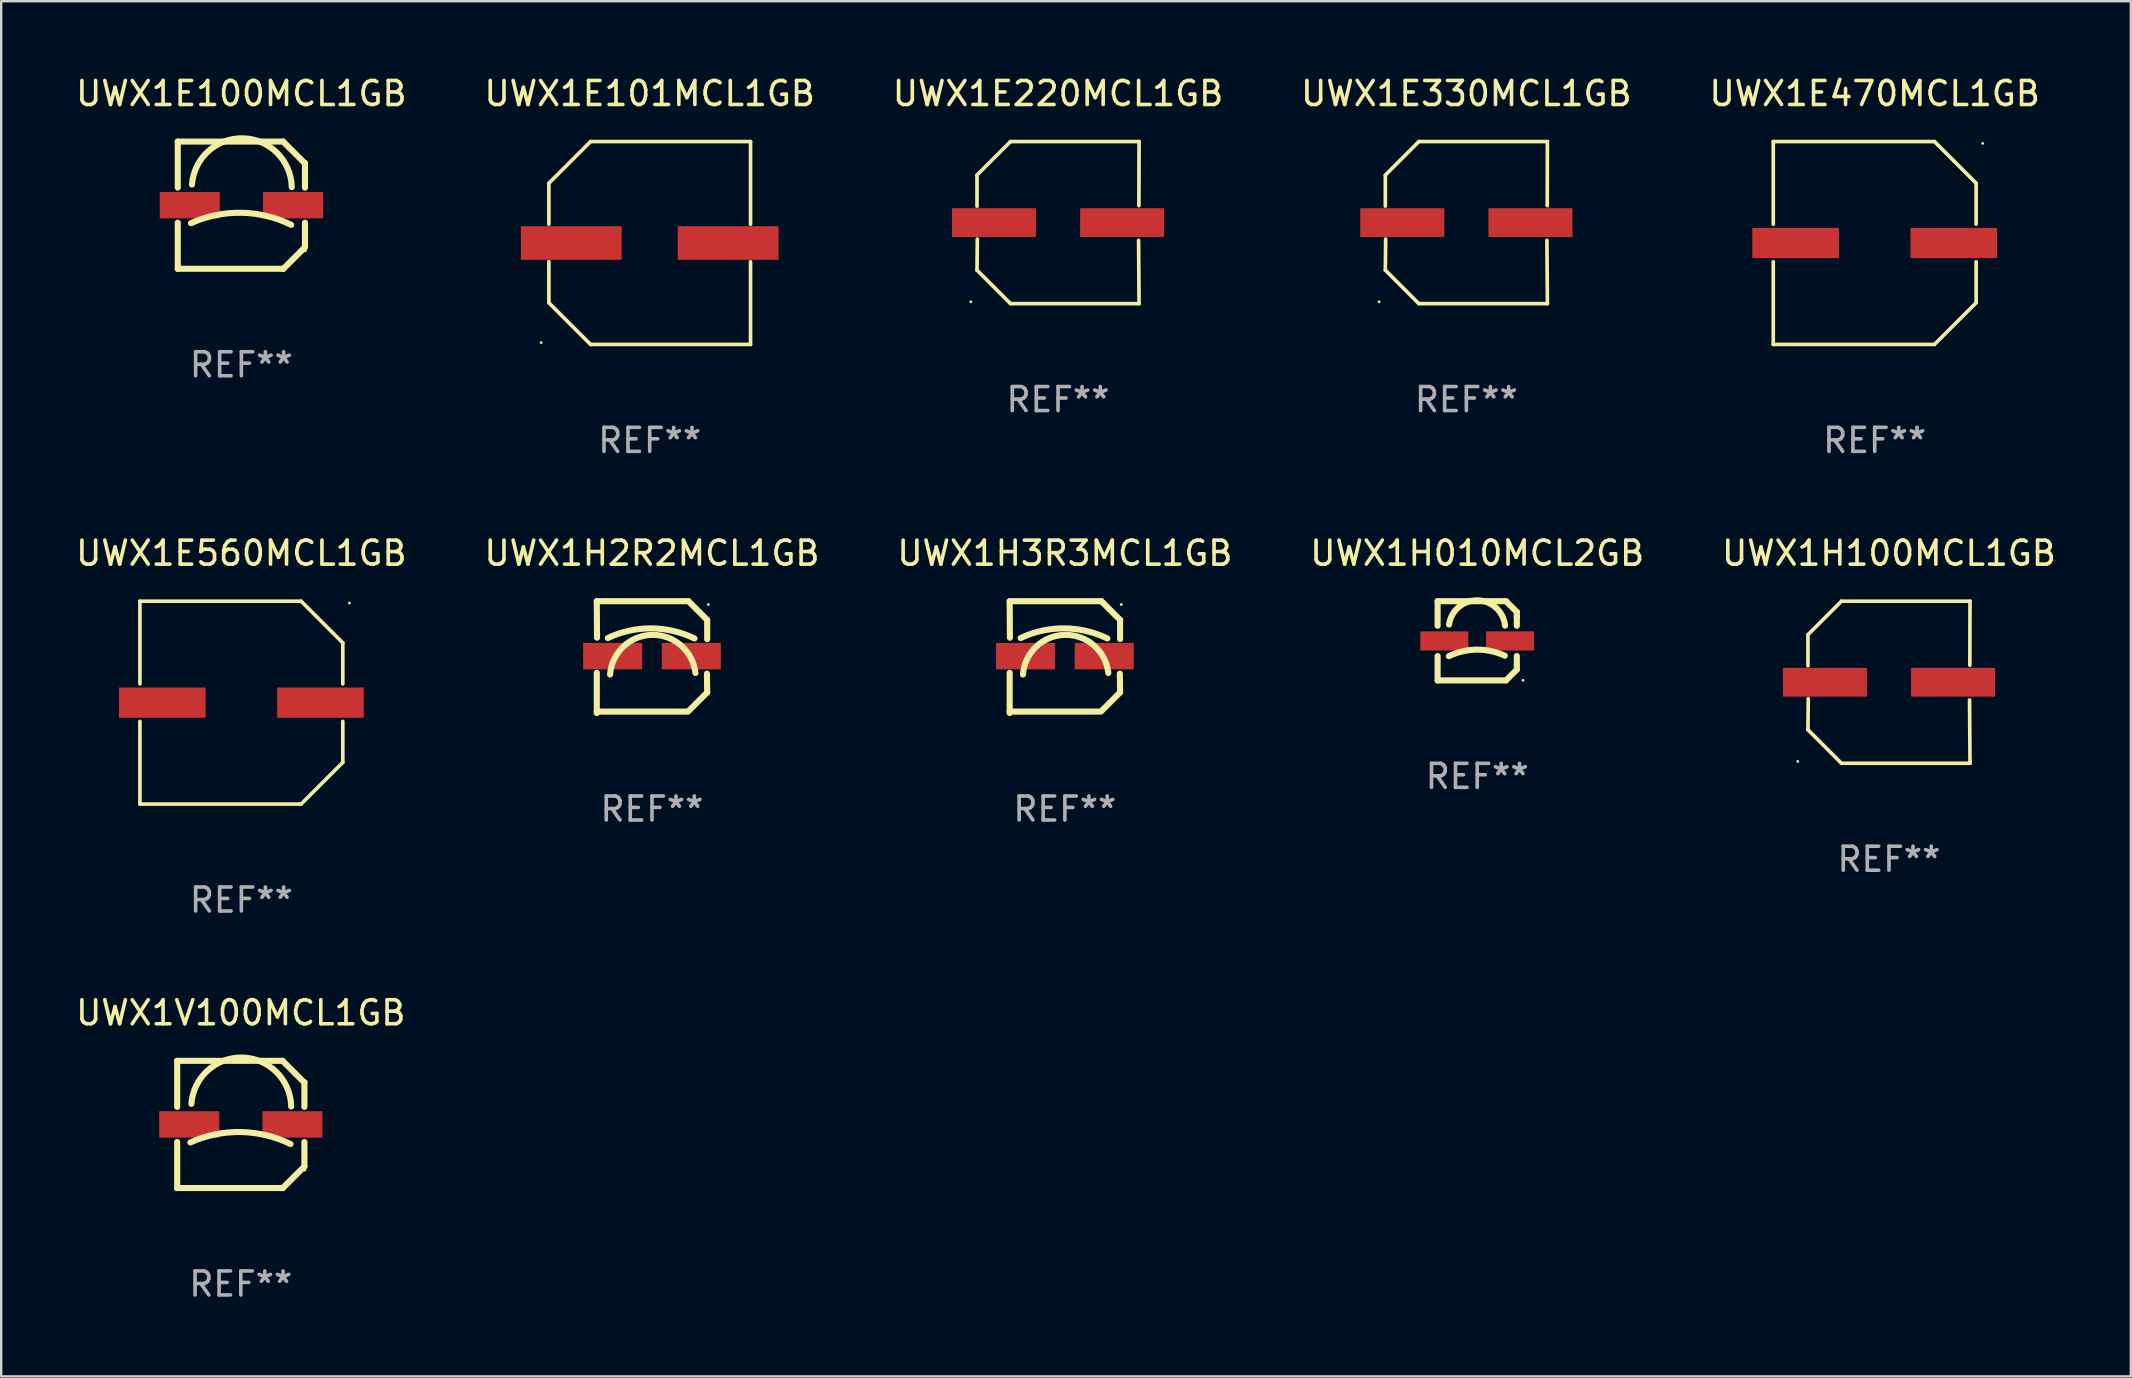
<source format=kicad_pcb>
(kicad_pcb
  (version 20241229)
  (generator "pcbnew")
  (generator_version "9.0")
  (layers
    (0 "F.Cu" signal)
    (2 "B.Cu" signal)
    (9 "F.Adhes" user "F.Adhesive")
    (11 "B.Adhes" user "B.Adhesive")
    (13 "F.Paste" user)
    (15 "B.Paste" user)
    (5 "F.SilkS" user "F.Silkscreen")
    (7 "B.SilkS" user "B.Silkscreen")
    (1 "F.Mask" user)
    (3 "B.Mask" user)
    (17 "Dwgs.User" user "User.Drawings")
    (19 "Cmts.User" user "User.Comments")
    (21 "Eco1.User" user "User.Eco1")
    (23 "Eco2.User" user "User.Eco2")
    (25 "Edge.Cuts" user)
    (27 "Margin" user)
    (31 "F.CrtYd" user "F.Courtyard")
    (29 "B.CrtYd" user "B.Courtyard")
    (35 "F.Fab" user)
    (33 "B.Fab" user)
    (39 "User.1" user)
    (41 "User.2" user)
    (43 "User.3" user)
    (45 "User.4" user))
  (footprint "UWX1E220MCL1GB"
    (layer "F.Cu")
    (at 41.03 6.224)
    (property "Reference" "UWX1E220MCL1GB" (at 0 -5.376 0) (layer "F.SilkS") (effects (font (size 1 1) (thickness 0.15))))
    (attr through_hole)
    (fp_line (start -3.376 -1.98) (end -3.376 -0.686) (stroke (width 0.152) (type solid)) (layer "F.SilkS"))
    (fp_line (start -3.376 1.981) (end -3.362 0.686) (stroke (width 0.152) (type solid)) (layer "F.SilkS"))
    (fp_line (start -1.981 3.376) (end -3.376 1.981) (stroke (width 0.152) (type solid)) (layer "F.SilkS"))
    (fp_line (start -1.98 -3.376) (end -3.376 -1.98) (stroke (width 0.152) (type solid)) (layer "F.SilkS"))
    (fp_line (start 3.356 0.74) (end 3.376 3.376) (stroke (width 0.152) (type solid)) (layer "F.SilkS"))
    (fp_line (start 3.369 -0.707) (end 3.376 -3.376) (stroke (width 0.152) (type solid)) (layer "F.SilkS"))
    (fp_line (start 3.376 3.376) (end -1.981 3.376) (stroke (width 0.152) (type solid)) (layer "F.SilkS"))
    (fp_line (start 3.376 -3.376) (end -1.98 -3.376) (stroke (width 0.152) (type solid)) (layer "F.SilkS"))
    (fp_circle (center -3.634 3.3) (end -3.604 3.3) (stroke (width 0.06) (type solid)) (fill no) (layer "F.SilkS"))
    (fp_text user "REF**" (at 0 7.376 0) (layer "F.Fab") (effects (font (size 1 1) (thickness 0.15))))
    (pad "1" smd rect (at -2.67 0.000254) (size 3.5 1.2) (layers "F.Cu" "F.Mask" "F.Paste"))
    (pad "2" smd rect (at 2.67 0.000254) (size 3.5 1.2) (layers "F.Cu" "F.Mask" "F.Paste")))
  (footprint "UWX1V100MCL1GB"
    (layer "F.Cu")
    (at 6.982 43.796)
    (property "Reference" "UWX1V100MCL1GB" (at 0 -4.65 0) (layer "F.SilkS") (effects (font (size 1 1) (thickness 0.15))))
    (attr through_hole)
    (fp_line (start -2.65 -2.65) (end 1.74 -2.65) (stroke (width 0.254) (type solid)) (layer "F.SilkS"))
    (fp_line (start -2.65 -0.731) (end -2.65 -2.65) (stroke (width 0.254) (type solid)) (layer "F.SilkS"))
    (fp_line (start -2.65 2.65) (end -2.65 0.731) (stroke (width 0.254) (type solid)) (layer "F.SilkS"))
    (fp_line (start -2.65 2.65) (end 1.73 2.65) (stroke (width 0.254) (type solid)) (layer "F.SilkS"))
    (fp_line (start 1.73 2.65) (end 1.75 2.65) (stroke (width 0.254) (type solid)) (layer "F.SilkS"))
    (fp_line (start 1.75 2.65) (end 2.65 1.75) (stroke (width 0.254) (type solid)) (layer "F.SilkS"))
    (fp_line (start 2.64 -1.75) (end 1.74 -2.65) (stroke (width 0.254) (type solid)) (layer "F.SilkS"))
    (fp_line (start 2.65 -1.75) (end 2.64 -1.75) (stroke (width 0.254) (type solid)) (layer "F.SilkS"))
    (fp_line (start 2.65 -0.731) (end 2.65 -1.75) (stroke (width 0.254) (type solid)) (layer "F.SilkS"))
    (fp_line (start 2.65 1.75) (end 2.65 0.731) (stroke (width 0.254) (type solid)) (layer "F.SilkS"))
    (fp_arc (start -2.1 0.749886) (mid -0.005214 0.316693) (end 2.074168 0.818644) (stroke (width 0.254001) (type solid)) (layer "F.SilkS"))
    (fp_arc (start -2.058369 -0.857759) (mid 0.072137 -2.78601) (end 2.1 -0.750089) (stroke (width 0.254001) (type solid)) (layer "F.SilkS"))
    (fp_circle (center 2.667 1.905) (end 2.697 1.905) (stroke (width 0.06) (type solid)) (fill no) (layer "F.SilkS"))
    (fp_text user "REF**" (at 0 6.65 0) (layer "F.Fab") (effects (font (size 1 1) (thickness 0.15))))
    (pad "1" smd rect (at 2.15 0) (size 2.5 1.1) (layers "F.Cu" "F.Mask" "F.Paste"))
    (pad "2" smd rect (at -2.15 0) (size 2.5 1.1) (layers "F.Cu" "F.Mask" "F.Paste")))
  (footprint "UWX1H2R2MCL1GB"
    (layer "F.Cu")
    (at 24.113 24.327)
    (property "Reference" "UWX1H2R2MCL1GB" (at 0 -4.33 0) (layer "F.SilkS") (effects (font (size 1 1) (thickness 0.15))))
    (attr through_hole)
    (fp_line (start -2.3 -2.33) (end 1.52 -2.33) (stroke (width 0.254) (type solid)) (layer "F.SilkS"))
    (fp_line (start -2.3 2.27) (end 1.49 2.27) (stroke (width 0.254) (type solid)) (layer "F.SilkS"))
    (fp_line (start -2.3 2.33) (end -2.3 0.651) (stroke (width 0.254) (type solid)) (layer "F.SilkS"))
    (fp_line (start -2.29 -0.81) (end -2.3 -2.33) (stroke (width 0.254) (type solid)) (layer "F.SilkS"))
    (fp_line (start 2.3 -1.55) (end 1.52 -2.33) (stroke (width 0.254) (type solid)) (layer "F.SilkS"))
    (fp_line (start 2.3 1.47) (end 1.52 2.25) (stroke (width 0.254) (type solid)) (layer "F.SilkS"))
    (fp_line (start 2.3 1.47) (end 2.29 0.69) (stroke (width 0.254) (type solid)) (layer "F.SilkS"))
    (fp_line (start 2.3 -0.75) (end 2.3 -1.55) (stroke (width 0.254) (type solid)) (layer "F.SilkS"))
    (fp_arc (start -1.842151 -0.794552) (mid -0.033717 -1.197402) (end 1.770752 -0.777152) (stroke (width 0.254001) (type solid)) (layer "F.SilkS"))
    (fp_arc (start -1.745757 0.723659) (mid 0.004392 -0.926664) (end 1.810884 0.661786) (stroke (width 0.254001) (type solid)) (layer "F.SilkS"))
    (fp_circle (center 2.35 -2.191) (end 2.38 -2.191) (stroke (width 0.06) (type solid)) (fill no) (layer "F.SilkS"))
    (fp_text user "REF**" (at 0 6.33 0) (layer "F.Fab") (effects (font (size 1 1) (thickness 0.15))))
    (pad "1" smd rect (at 1.64 -0.04) (size 2.46 1.1) (layers "F.Cu" "F.Mask" "F.Paste"))
    (pad "2" smd rect (at -1.64 -0.04) (size 2.46 1.1) (layers "F.Cu" "F.Mask" "F.Paste")))
  (footprint "UWX1E100MCL1GB"
    (layer "F.Cu")
    (at 7.006 5.498)
    (property "Reference" "UWX1E100MCL1GB" (at 0 -4.65 0) (layer "F.SilkS") (effects (font (size 1 1) (thickness 0.15))))
    (attr through_hole)
    (fp_line (start -2.65 -2.65) (end 1.74 -2.65) (stroke (width 0.254) (type solid)) (layer "F.SilkS"))
    (fp_line (start -2.65 -0.731) (end -2.65 -2.65) (stroke (width 0.254) (type solid)) (layer "F.SilkS"))
    (fp_line (start -2.65 2.65) (end -2.65 0.731) (stroke (width 0.254) (type solid)) (layer "F.SilkS"))
    (fp_line (start -2.65 2.65) (end 1.73 2.65) (stroke (width 0.254) (type solid)) (layer "F.SilkS"))
    (fp_line (start 1.73 2.65) (end 1.75 2.65) (stroke (width 0.254) (type solid)) (layer "F.SilkS"))
    (fp_line (start 1.75 2.65) (end 2.65 1.75) (stroke (width 0.254) (type solid)) (layer "F.SilkS"))
    (fp_line (start 2.64 -1.75) (end 1.74 -2.65) (stroke (width 0.254) (type solid)) (layer "F.SilkS"))
    (fp_line (start 2.65 -1.75) (end 2.64 -1.75) (stroke (width 0.254) (type solid)) (layer "F.SilkS"))
    (fp_line (start 2.65 -0.731) (end 2.65 -1.75) (stroke (width 0.254) (type solid)) (layer "F.SilkS"))
    (fp_line (start 2.65 1.75) (end 2.65 0.731) (stroke (width 0.254) (type solid)) (layer "F.SilkS"))
    (fp_arc (start -2.1 0.749886) (mid -0.005214 0.316693) (end 2.074168 0.818644) (stroke (width 0.254001) (type solid)) (layer "F.SilkS"))
    (fp_arc (start -2.058369 -0.857759) (mid 0.072137 -2.78601) (end 2.1 -0.750089) (stroke (width 0.254001) (type solid)) (layer "F.SilkS"))
    (fp_circle (center 2.667 1.905) (end 2.697 1.905) (stroke (width 0.06) (type solid)) (fill no) (layer "F.SilkS"))
    (fp_text user "REF**" (at 0 6.65 0) (layer "F.Fab") (effects (font (size 1 1) (thickness 0.15))))
    (pad "1" smd rect (at 2.15 0) (size 2.5 1.1) (layers "F.Cu" "F.Mask" "F.Paste"))
    (pad "2" smd rect (at -2.15 0) (size 2.5 1.1) (layers "F.Cu" "F.Mask" "F.Paste")))
  (footprint "UWX1E560MCL1GB"
    (layer "F.Cu")
    (at 7.006 26.223)
    (property "Reference" "UWX1E560MCL1GB" (at 0 -6.226 0) (layer "F.SilkS") (effects (font (size 1 1) (thickness 0.15))))
    (attr through_hole)
    (fp_line (start -4.226 -4.226) (end 2.49 -4.226) (stroke (width 0.152) (type solid)) (layer "F.SilkS"))
    (fp_line (start -4.226 -0.782) (end -4.226 -4.226) (stroke (width 0.152) (type solid)) (layer "F.SilkS"))
    (fp_line (start -4.226 0.782) (end -4.226 4.226) (stroke (width 0.152) (type solid)) (layer "F.SilkS"))
    (fp_line (start -4.226 4.226) (end 2.49 4.226) (stroke (width 0.152) (type solid)) (layer "F.SilkS"))
    (fp_line (start 2.49 -4.226) (end 4.226 -2.49) (stroke (width 0.152) (type solid)) (layer "F.SilkS"))
    (fp_line (start 2.49 4.226) (end 4.226 2.49) (stroke (width 0.152) (type solid)) (layer "F.SilkS"))
    (fp_line (start 4.226 -2.49) (end 4.226 -0.782) (stroke (width 0.152) (type solid)) (layer "F.SilkS"))
    (fp_line (start 4.226 2.49) (end 4.226 0.782) (stroke (width 0.152) (type solid)) (layer "F.SilkS"))
    (fp_circle (center 4.5 -4.15) (end 4.53 -4.15) (stroke (width 0.06) (type solid)) (fill no) (layer "F.SilkS"))
    (fp_text user "REF**" (at 0 8.226 0) (layer "F.Fab") (effects (font (size 1 1) (thickness 0.15))))
    (pad "1" smd rect (at 3.295 0 180) (size 3.61 1.26) (layers "F.Cu" "F.Mask" "F.Paste"))
    (pad "2" smd rect (at -3.295 0 180) (size 3.61 1.26) (layers "F.Cu" "F.Mask" "F.Paste")))
  (footprint "UWX1H100MCL1GB"
    (layer "F.Cu")
    (at 75.649 25.373)
    (property "Reference" "UWX1H100MCL1GB" (at 0 -5.376 0) (layer "F.SilkS") (effects (font (size 1 1) (thickness 0.15))))
    (attr through_hole)
    (fp_line (start -3.376 -1.98) (end -3.376 -0.686) (stroke (width 0.152) (type solid)) (layer "F.SilkS"))
    (fp_line (start -3.376 1.981) (end -3.362 0.686) (stroke (width 0.152) (type solid)) (layer "F.SilkS"))
    (fp_line (start -1.981 3.376) (end -3.376 1.981) (stroke (width 0.152) (type solid)) (layer "F.SilkS"))
    (fp_line (start -1.98 -3.376) (end -3.376 -1.98) (stroke (width 0.152) (type solid)) (layer "F.SilkS"))
    (fp_line (start 3.356 0.74) (end 3.376 3.376) (stroke (width 0.152) (type solid)) (layer "F.SilkS"))
    (fp_line (start 3.369 -0.707) (end 3.376 -3.376) (stroke (width 0.152) (type solid)) (layer "F.SilkS"))
    (fp_line (start 3.376 3.376) (end -1.981 3.376) (stroke (width 0.152) (type solid)) (layer "F.SilkS"))
    (fp_line (start 3.376 -3.376) (end -1.98 -3.376) (stroke (width 0.152) (type solid)) (layer "F.SilkS"))
    (fp_circle (center -3.8 3.3) (end -3.77 3.3) (stroke (width 0.06) (type solid)) (fill no) (layer "F.SilkS"))
    (fp_text user "REF**" (at 0 7.376 0) (layer "F.Fab") (effects (font (size 1 1) (thickness 0.15))))
    (pad "1" smd rect (at -2.67 0.000203) (size 3.5 1.2) (layers "F.Cu" "F.Mask" "F.Paste"))
    (pad "2" smd rect (at 2.67 0.000203) (size 3.5 1.2) (layers "F.Cu" "F.Mask" "F.Paste")))
  (footprint "UWX1E101MCL1GB"
    (layer "F.Cu")
    (at 24.018 7.074)
    (property "Reference" "UWX1E101MCL1GB" (at 0 -6.226 0) (layer "F.SilkS") (effects (font (size 1 1) (thickness 0.15))))
    (attr through_hole)
    (fp_line (start -4.201 -2.49) (end -4.201 -0.782) (stroke (width 0.152) (type solid)) (layer "F.SilkS"))
    (fp_line (start -4.201 2.49) (end -4.201 0.782) (stroke (width 0.152) (type solid)) (layer "F.SilkS"))
    (fp_line (start -2.465 -4.226) (end -4.201 -2.49) (stroke (width 0.152) (type solid)) (layer "F.SilkS"))
    (fp_line (start -2.465 4.226) (end -4.201 2.49) (stroke (width 0.152) (type solid)) (layer "F.SilkS"))
    (fp_line (start 4.201 -4.226) (end -2.465 -4.226) (stroke (width 0.152) (type solid)) (layer "F.SilkS"))
    (fp_line (start 4.201 -0.782) (end 4.201 -4.226) (stroke (width 0.152) (type solid)) (layer "F.SilkS"))
    (fp_line (start 4.201 0.782) (end 4.201 4.226) (stroke (width 0.152) (type solid)) (layer "F.SilkS"))
    (fp_line (start 4.201 4.226) (end -2.465 4.226) (stroke (width 0.152) (type solid)) (layer "F.SilkS"))
    (fp_circle (center -4.524 4.15) (end -4.494 4.15) (stroke (width 0.06) (type solid)) (fill no) (layer "F.SilkS"))
    (fp_text user "REF**" (at 0 8.226 0) (layer "F.Fab") (effects (font (size 1 1) (thickness 0.15))))
    (pad "1" smd rect (at -3.267 0) (size 4.2 1.4) (layers "F.Cu" "F.Mask" "F.Paste"))
    (pad "2" smd rect (at 3.267 0) (size 4.2 1.4) (layers "F.Cu" "F.Mask" "F.Paste")))
  (footprint "UWX1H010MCL2GB"
    (layer "F.Cu")
    (at 58.494 23.647)
    (property "Reference" "UWX1H010MCL2GB" (at 0 -3.65 0) (layer "F.SilkS") (effects (font (size 1 1) (thickness 0.15))))
    (attr through_hole)
    (fp_line (start -1.65 -0.626) (end -1.65 -1.65) (stroke (width 0.254) (type solid)) (layer "F.SilkS"))
    (fp_line (start -1.65 1.65) (end -1.65 0.636) (stroke (width 0.254) (type solid)) (layer "F.SilkS"))
    (fp_line (start 1.2 -1.65) (end -1.65 -1.65) (stroke (width 0.254) (type solid)) (layer "F.SilkS"))
    (fp_line (start 1.2 1.65) (end -1.65 1.65) (stroke (width 0.254) (type solid)) (layer "F.SilkS"))
    (fp_line (start 1.65 -1.2) (end 1.2 -1.65) (stroke (width 0.254) (type solid)) (layer "F.SilkS"))
    (fp_line (start 1.65 -1) (end 1.65 -1.2) (stroke (width 0.254) (type solid)) (layer "F.SilkS"))
    (fp_line (start 1.65 -0.626) (end 1.65 -1) (stroke (width 0.254) (type solid)) (layer "F.SilkS"))
    (fp_line (start 1.65 1) (end 1.65 0.636) (stroke (width 0.254) (type solid)) (layer "F.SilkS"))
    (fp_line (start 1.65 1) (end 1.65 1.2) (stroke (width 0.254) (type solid)) (layer "F.SilkS"))
    (fp_line (start 1.65 1.2) (end 1.2 1.65) (stroke (width 0.254) (type solid)) (layer "F.SilkS"))
    (fp_arc (start -1.18001 0.640005) (mid -0.016813 0.368589) (end 1.150775 0.620447) (stroke (width 0.254001) (type solid)) (layer "F.SilkS"))
    (fp_arc (start -1.173279 -0.678359) (mid 0.014717 -1.684674) (end 1.159995 -0.629997) (stroke (width 0.254001) (type solid)) (layer "F.SilkS"))
    (fp_circle (center 1.906 1.645) (end 1.936 1.645) (stroke (width 0.06) (type solid)) (fill no) (layer "F.SilkS"))
    (fp_text user "REF**" (at 0 5.65 0) (layer "F.Fab") (effects (font (size 1 1) (thickness 0.15))))
    (pad "1" smd rect (at 1.37 0.005) (size 2 0.8) (layers "F.Cu" "F.Mask" "F.Paste"))
    (pad "2" smd rect (at -1.37 0.005) (size 2 0.8) (layers "F.Cu" "F.Mask" "F.Paste")))
  (footprint "UWX1E470MCL1GB"
    (layer "F.Cu")
    (at 75.054 7.074)
    (property "Reference" "UWX1E470MCL1GB" (at 0 -6.226 0) (layer "F.SilkS") (effects (font (size 1 1) (thickness 0.15))))
    (attr through_hole)
    (fp_line (start -4.226 -4.226) (end 2.49 -4.226) (stroke (width 0.152) (type solid)) (layer "F.SilkS"))
    (fp_line (start -4.226 -0.782) (end -4.226 -4.226) (stroke (width 0.152) (type solid)) (layer "F.SilkS"))
    (fp_line (start -4.226 0.782) (end -4.226 4.226) (stroke (width 0.152) (type solid)) (layer "F.SilkS"))
    (fp_line (start -4.226 4.226) (end 2.49 4.226) (stroke (width 0.152) (type solid)) (layer "F.SilkS"))
    (fp_line (start 2.49 -4.226) (end 4.226 -2.49) (stroke (width 0.152) (type solid)) (layer "F.SilkS"))
    (fp_line (start 2.49 4.226) (end 4.226 2.49) (stroke (width 0.152) (type solid)) (layer "F.SilkS"))
    (fp_line (start 4.226 -2.49) (end 4.226 -0.782) (stroke (width 0.152) (type solid)) (layer "F.SilkS"))
    (fp_line (start 4.226 2.49) (end 4.226 0.782) (stroke (width 0.152) (type solid)) (layer "F.SilkS"))
    (fp_circle (center 4.5 -4.15) (end 4.53 -4.15) (stroke (width 0.06) (type solid)) (fill no) (layer "F.SilkS"))
    (fp_text user "REF**" (at 0 8.226 0) (layer "F.Fab") (effects (font (size 1 1) (thickness 0.15))))
    (pad "1" smd rect (at 3.295 0 180) (size 3.61 1.26) (layers "F.Cu" "F.Mask" "F.Paste"))
    (pad "2" smd rect (at -3.295 0 180) (size 3.61 1.26) (layers "F.Cu" "F.Mask" "F.Paste")))
  (footprint "UWX1E330MCL1GB"
    (layer "F.Cu")
    (at 58.042 6.224)
    (property "Reference" "UWX1E330MCL1GB" (at 0 -5.376 0) (layer "F.SilkS") (effects (font (size 1 1) (thickness 0.15))))
    (attr through_hole)
    (fp_line (start -3.376 -1.98) (end -3.376 -0.686) (stroke (width 0.152) (type solid)) (layer "F.SilkS"))
    (fp_line (start -3.376 1.981) (end -3.362 0.686) (stroke (width 0.152) (type solid)) (layer "F.SilkS"))
    (fp_line (start -1.981 3.376) (end -3.376 1.981) (stroke (width 0.152) (type solid)) (layer "F.SilkS"))
    (fp_line (start -1.98 -3.376) (end -3.376 -1.98) (stroke (width 0.152) (type solid)) (layer "F.SilkS"))
    (fp_line (start 3.356 0.74) (end 3.376 3.376) (stroke (width 0.152) (type solid)) (layer "F.SilkS"))
    (fp_line (start 3.369 -0.707) (end 3.376 -3.376) (stroke (width 0.152) (type solid)) (layer "F.SilkS"))
    (fp_line (start 3.376 3.376) (end -1.981 3.376) (stroke (width 0.152) (type solid)) (layer "F.SilkS"))
    (fp_line (start 3.376 -3.376) (end -1.98 -3.376) (stroke (width 0.152) (type solid)) (layer "F.SilkS"))
    (fp_circle (center -3.634 3.3) (end -3.604 3.3) (stroke (width 0.06) (type solid)) (fill no) (layer "F.SilkS"))
    (fp_text user "REF**" (at 0 7.376 0) (layer "F.Fab") (effects (font (size 1 1) (thickness 0.15))))
    (pad "1" smd rect (at -2.67 0.000254) (size 3.5 1.2) (layers "F.Cu" "F.Mask" "F.Paste"))
    (pad "2" smd rect (at 2.67 0.000254) (size 3.5 1.2) (layers "F.Cu" "F.Mask" "F.Paste")))
  (footprint "UWX1H3R3MCL1GB"
    (layer "F.Cu")
    (at 41.315 24.327)
    (property "Reference" "UWX1H3R3MCL1GB" (at 0 -4.33 0) (layer "F.SilkS") (effects (font (size 1 1) (thickness 0.15))))
    (attr through_hole)
    (fp_line (start -2.3 -2.33) (end 1.52 -2.33) (stroke (width 0.254) (type solid)) (layer "F.SilkS"))
    (fp_line (start -2.3 2.27) (end 1.49 2.27) (stroke (width 0.254) (type solid)) (layer "F.SilkS"))
    (fp_line (start -2.3 2.33) (end -2.3 0.651) (stroke (width 0.254) (type solid)) (layer "F.SilkS"))
    (fp_line (start -2.29 -0.81) (end -2.3 -2.33) (stroke (width 0.254) (type solid)) (layer "F.SilkS"))
    (fp_line (start 2.3 -1.55) (end 1.52 -2.33) (stroke (width 0.254) (type solid)) (layer "F.SilkS"))
    (fp_line (start 2.3 1.47) (end 1.52 2.25) (stroke (width 0.254) (type solid)) (layer "F.SilkS"))
    (fp_line (start 2.3 1.47) (end 2.29 0.69) (stroke (width 0.254) (type solid)) (layer "F.SilkS"))
    (fp_line (start 2.3 -0.75) (end 2.3 -1.55) (stroke (width 0.254) (type solid)) (layer "F.SilkS"))
    (fp_arc (start -1.842151 -0.794552) (mid -0.033717 -1.197402) (end 1.770752 -0.777152) (stroke (width 0.254001) (type solid)) (layer "F.SilkS"))
    (fp_arc (start -1.745757 0.723659) (mid 0.004392 -0.926664) (end 1.810884 0.661786) (stroke (width 0.254001) (type solid)) (layer "F.SilkS"))
    (fp_circle (center 2.35 -2.191) (end 2.38 -2.191) (stroke (width 0.06) (type solid)) (fill no) (layer "F.SilkS"))
    (fp_text user "REF**" (at 0 6.33 0) (layer "F.Fab") (effects (font (size 1 1) (thickness 0.15))))
    (pad "1" smd rect (at 1.64 -0.04) (size 2.46 1.1) (layers "F.Cu" "F.Mask" "F.Paste"))
    (pad "2" smd rect (at -1.64 -0.04) (size 2.46 1.1) (layers "F.Cu" "F.Mask" "F.Paste")))
  (gr_rect
    (start -3 -3)
    (end 85.726 54.294)
    (stroke (width 0.1) (type default))
    (fill no)
    (layer "Edge.Cuts")))
</source>
